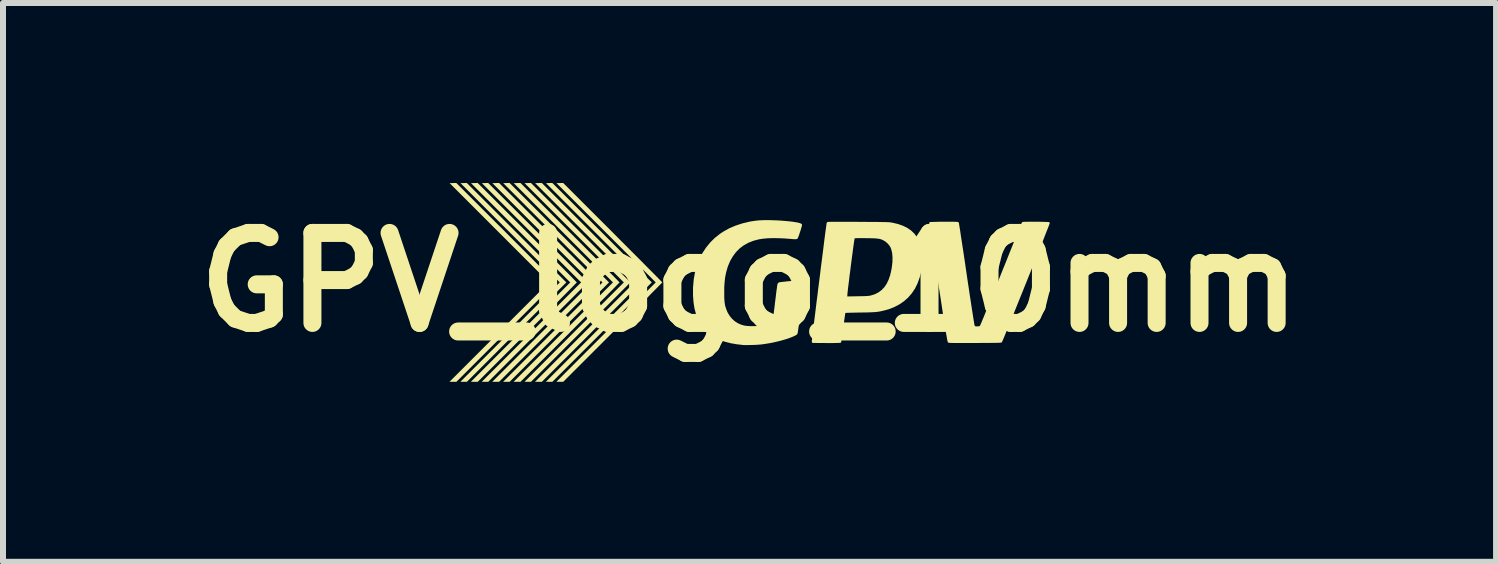
<source format=kicad_pcb>
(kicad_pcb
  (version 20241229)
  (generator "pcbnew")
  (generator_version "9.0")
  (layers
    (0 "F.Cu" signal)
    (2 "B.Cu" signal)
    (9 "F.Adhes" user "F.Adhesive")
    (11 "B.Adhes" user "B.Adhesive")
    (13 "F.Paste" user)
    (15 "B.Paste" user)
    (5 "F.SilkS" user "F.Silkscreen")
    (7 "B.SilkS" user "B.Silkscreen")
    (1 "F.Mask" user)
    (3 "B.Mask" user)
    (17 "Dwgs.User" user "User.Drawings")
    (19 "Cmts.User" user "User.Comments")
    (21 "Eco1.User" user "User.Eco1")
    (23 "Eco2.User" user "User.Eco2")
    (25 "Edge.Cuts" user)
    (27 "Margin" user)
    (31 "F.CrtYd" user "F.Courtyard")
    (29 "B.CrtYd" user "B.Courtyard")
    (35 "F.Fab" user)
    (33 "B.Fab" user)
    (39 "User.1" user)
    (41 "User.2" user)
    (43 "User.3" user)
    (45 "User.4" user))
  (footprint "GPV_logo_10mm"
    (layer "F.Cu")
    (at 9.443 1.654)
    (property "Reference" "GPV_logo_10mm" (at 0 0 0) (layer "F.SilkS") (effects (font (size 1.5 1.5) (thickness 0.3))))
    (attr board_only exclude_from_pos_files exclude_from_bom)
    (fp_poly (pts (xy -3.883 -0.826) (xy -3.054 0.003) (xy -3.883 0.831) (xy -4.711 1.66) (xy -4.766 1.66) (xy -4.82 1.66) (xy -3.991 0.831) (xy -3.163 0.003) (xy -3.99 -0.824) (xy -4.817 -1.651) (xy -4.764 -1.653) (xy -4.712 -1.654)) (stroke (width 0) (type solid)) (fill yes) (layer "F.SilkS"))
    (fp_poly (pts (xy -3.527 -0.826) (xy -2.698 0.003) (xy -3.527 0.831) (xy -4.355 1.66) (xy -4.409 1.66) (xy -4.464 1.66) (xy -3.635 0.831) (xy -2.807 0.003) (xy -3.634 -0.824) (xy -4.461 -1.651) (xy -4.408 -1.653) (xy -4.356 -1.654)) (stroke (width 0) (type solid)) (fill yes) (layer "F.SilkS"))
    (fp_poly (pts (xy -3.171 -0.826) (xy -2.342 0.003) (xy -3.17 0.831) (xy -3.999 1.66) (xy -4.053 1.66) (xy -4.108 1.66) (xy -3.279 0.831) (xy -2.451 0.003) (xy -3.278 -0.824) (xy -4.105 -1.651) (xy -4.052 -1.653) (xy -3.999 -1.654)) (stroke (width 0) (type solid)) (fill yes) (layer "F.SilkS"))
    (fp_poly (pts (xy -2.815 -0.826) (xy -1.986 0.003) (xy -2.814 0.831) (xy -3.643 1.66) (xy -3.697 1.66) (xy -3.751 1.66) (xy -2.923 0.831) (xy -2.095 0.003) (xy -2.922 -0.824) (xy -3.749 -1.651) (xy -3.696 -1.653) (xy -3.643 -1.654)) (stroke (width 0) (type solid)) (fill yes) (layer "F.SilkS"))
    (fp_poly (pts (xy -2.458 -0.826) (xy -1.63 0.003) (xy -2.458 0.831) (xy -3.287 1.66) (xy -3.341 1.66) (xy -3.395 1.66) (xy -2.567 0.831) (xy -1.738 0.003) (xy -2.565 -0.824) (xy -3.392 -1.651) (xy -3.34 -1.653) (xy -3.287 -1.654)) (stroke (width 0) (type solid)) (fill yes) (layer "F.SilkS"))
    (fp_poly (pts (xy -4.061 -0.829) (xy -3.978 -0.745) (xy -3.897 -0.664) (xy -3.818 -0.586) (xy -3.743 -0.51) (xy -3.672 -0.439) (xy -3.604 -0.371) (xy -3.541 -0.307) (xy -3.482 -0.248) (xy -3.429 -0.194) (xy -3.381 -0.146) (xy -3.339 -0.104) (xy -3.304 -0.068) (xy -3.276 -0.039) (xy -3.254 -0.017) (xy -3.241 -0.003) (xy -3.235 0.003) (xy -3.235 0.003) (xy -3.24 0.008) (xy -3.252 0.021) (xy -3.272 0.041) (xy -3.299 0.069) (xy -3.334 0.104) (xy -3.374 0.145) (xy -3.421 0.193) (xy -3.474 0.246) (xy -3.531 0.304) (xy -3.594 0.367) (xy -3.661 0.434) (xy -3.732 0.505) (xy -3.807 0.58) (xy -3.884 0.658) (xy -3.965 0.739) (xy -4.048 0.822) (xy -4.061 0.835) (xy -4.886 1.66) (xy -4.944 1.66) (xy -5.001 1.66) (xy -4.172 0.831) (xy -3.344 0.003) (xy -4.171 -0.824) (xy -4.998 -1.651) (xy -4.942 -1.653) (xy -4.887 -1.654)) (stroke (width 0) (type solid)) (fill yes) (layer "F.SilkS"))
    (fp_poly (pts (xy -3.705 -0.829) (xy -3.622 -0.745) (xy -3.541 -0.664) (xy -3.462 -0.586) (xy -3.387 -0.51) (xy -3.316 -0.439) (xy -3.248 -0.371) (xy -3.185 -0.307) (xy -3.126 -0.248) (xy -3.073 -0.194) (xy -3.025 -0.146) (xy -2.983 -0.104) (xy -2.948 -0.068) (xy -2.92 -0.039) (xy -2.898 -0.017) (xy -2.885 -0.003) (xy -2.879 0.003) (xy -2.879 0.003) (xy -2.883 0.008) (xy -2.896 0.021) (xy -2.916 0.041) (xy -2.943 0.069) (xy -2.977 0.104) (xy -3.018 0.145) (xy -3.065 0.193) (xy -3.118 0.246) (xy -3.175 0.304) (xy -3.238 0.367) (xy -3.305 0.434) (xy -3.376 0.505) (xy -3.451 0.58) (xy -3.528 0.658) (xy -3.609 0.739) (xy -3.692 0.822) (xy -3.705 0.835) (xy -4.53 1.66) (xy -4.587 1.66) (xy -4.645 1.66) (xy -3.816 0.831) (xy -2.988 0.003) (xy -3.815 -0.824) (xy -4.642 -1.651) (xy -4.586 -1.653) (xy -4.531 -1.654)) (stroke (width 0) (type solid)) (fill yes) (layer "F.SilkS"))
    (fp_poly (pts (xy -3.349 -0.829) (xy -3.265 -0.745) (xy -3.184 -0.664) (xy -3.106 -0.586) (xy -3.031 -0.51) (xy -2.959 -0.439) (xy -2.892 -0.371) (xy -2.828 -0.307) (xy -2.77 -0.248) (xy -2.717 -0.194) (xy -2.669 -0.146) (xy -2.627 -0.104) (xy -2.592 -0.068) (xy -2.563 -0.039) (xy -2.542 -0.017) (xy -2.529 -0.003) (xy -2.523 0.003) (xy -2.523 0.003) (xy -2.527 0.008) (xy -2.54 0.021) (xy -2.56 0.041) (xy -2.587 0.069) (xy -2.621 0.104) (xy -2.662 0.145) (xy -2.709 0.193) (xy -2.761 0.246) (xy -2.819 0.304) (xy -2.882 0.367) (xy -2.949 0.434) (xy -3.02 0.505) (xy -3.094 0.58) (xy -3.172 0.658) (xy -3.253 0.739) (xy -3.336 0.822) (xy -3.349 0.835) (xy -4.174 1.66) (xy -4.231 1.66) (xy -4.289 1.66) (xy -3.46 0.831) (xy -2.632 0.003) (xy -3.459 -0.824) (xy -4.286 -1.651) (xy -4.23 -1.653) (xy -4.174 -1.654)) (stroke (width 0) (type solid)) (fill yes) (layer "F.SilkS"))
    (fp_poly (pts (xy -2.993 -0.829) (xy -2.909 -0.745) (xy -2.828 -0.664) (xy -2.75 -0.586) (xy -2.675 -0.51) (xy -2.603 -0.439) (xy -2.536 -0.371) (xy -2.472 -0.307) (xy -2.414 -0.248) (xy -2.36 -0.194) (xy -2.313 -0.146) (xy -2.271 -0.104) (xy -2.236 -0.068) (xy -2.207 -0.039) (xy -2.186 -0.017) (xy -2.173 -0.003) (xy -2.167 0.003) (xy -2.167 0.003) (xy -2.171 0.008) (xy -2.184 0.021) (xy -2.204 0.041) (xy -2.231 0.069) (xy -2.265 0.104) (xy -2.306 0.145) (xy -2.353 0.193) (xy -2.405 0.246) (xy -2.463 0.304) (xy -2.526 0.367) (xy -2.593 0.434) (xy -2.664 0.505) (xy -2.738 0.58) (xy -2.816 0.658) (xy -2.897 0.739) (xy -2.98 0.822) (xy -2.992 0.835) (xy -3.818 1.66) (xy -3.875 1.66) (xy -3.933 1.66) (xy -3.104 0.831) (xy -2.276 0.003) (xy -3.103 -0.824) (xy -3.93 -1.651) (xy -3.874 -1.653) (xy -3.818 -1.654)) (stroke (width 0) (type solid)) (fill yes) (layer "F.SilkS"))
    (fp_poly (pts (xy -2.637 -0.829) (xy -2.553 -0.745) (xy -2.472 -0.664) (xy -2.394 -0.586) (xy -2.319 -0.51) (xy -2.247 -0.439) (xy -2.179 -0.371) (xy -2.116 -0.307) (xy -2.058 -0.248) (xy -2.004 -0.194) (xy -1.957 -0.146) (xy -1.915 -0.104) (xy -1.88 -0.068) (xy -1.851 -0.039) (xy -1.83 -0.017) (xy -1.816 -0.003) (xy -1.811 0.003) (xy -1.811 0.003) (xy -1.815 0.008) (xy -1.827 0.021) (xy -1.847 0.041) (xy -1.875 0.069) (xy -1.909 0.104) (xy -1.95 0.145) (xy -1.997 0.193) (xy -2.049 0.246) (xy -2.107 0.304) (xy -2.169 0.367) (xy -2.236 0.434) (xy -2.307 0.505) (xy -2.382 0.58) (xy -2.46 0.658) (xy -2.541 0.739) (xy -2.624 0.822) (xy -2.636 0.835) (xy -3.462 1.66) (xy -3.519 1.66) (xy -3.576 1.66) (xy -2.748 0.831) (xy -1.919 0.003) (xy -2.746 -0.824) (xy -3.573 -1.651) (xy -3.518 -1.653) (xy -3.462 -1.654)) (stroke (width 0) (type solid)) (fill yes) (layer "F.SilkS"))
    (fp_poly (pts (xy -2.28 -0.829) (xy -2.197 -0.745) (xy -2.116 -0.664) (xy -2.038 -0.586) (xy -1.963 -0.51) (xy -1.891 -0.439) (xy -1.823 -0.371) (xy -1.76 -0.307) (xy -1.702 -0.248) (xy -1.648 -0.194) (xy -1.6 -0.146) (xy -1.559 -0.104) (xy -1.523 -0.068) (xy -1.495 -0.039) (xy -1.474 -0.017) (xy -1.46 -0.003) (xy -1.455 0.003) (xy -1.455 0.003) (xy -1.459 0.008) (xy -1.471 0.021) (xy -1.491 0.041) (xy -1.519 0.069) (xy -1.553 0.104) (xy -1.594 0.145) (xy -1.641 0.193) (xy -1.693 0.246) (xy -1.751 0.304) (xy -1.813 0.367) (xy -1.88 0.434) (xy -1.951 0.505) (xy -2.026 0.58) (xy -2.104 0.658) (xy -2.184 0.739) (xy -2.267 0.822) (xy -2.28 0.835) (xy -3.106 1.66) (xy -3.163 1.66) (xy -3.22 1.66) (xy -2.392 0.831) (xy -1.563 0.003) (xy -2.39 -0.824) (xy -3.217 -1.651) (xy -3.162 -1.653) (xy -3.106 -1.654)) (stroke (width 0) (type solid)) (fill yes) (layer "F.SilkS"))
    (fp_poly (pts (xy 0.368 -1.034) (xy 0.451 -1.031) (xy 0.535 -1.026) (xy 0.618 -1.019) (xy 0.698 -1.011) (xy 0.765 -1.001) (xy 0.806 -0.994) (xy 0.836 -0.986) (xy 0.857 -0.978) (xy 0.869 -0.969) (xy 0.875 -0.958) (xy 0.875 -0.952) (xy 0.873 -0.942) (xy 0.868 -0.923) (xy 0.86 -0.896) (xy 0.851 -0.865) (xy 0.84 -0.833) (xy 0.828 -0.795) (xy 0.818 -0.767) (xy 0.81 -0.747) (xy 0.803 -0.733) (xy 0.798 -0.725) (xy 0.792 -0.721) (xy 0.791 -0.721) (xy 0.781 -0.718) (xy 0.766 -0.717) (xy 0.744 -0.717) (xy 0.712 -0.719) (xy 0.685 -0.722) (xy 0.578 -0.73) (xy 0.476 -0.734) (xy 0.382 -0.735) (xy 0.297 -0.732) (xy 0.221 -0.725) (xy 0.157 -0.715) (xy 0.065 -0.691) (xy -0.019 -0.658) (xy -0.095 -0.616) (xy -0.164 -0.564) (xy -0.225 -0.503) (xy -0.277 -0.433) (xy -0.323 -0.354) (xy -0.36 -0.266) (xy -0.368 -0.241) (xy -0.39 -0.164) (xy -0.407 -0.08) (xy -0.419 0.01) (xy -0.427 0.1) (xy -0.429 0.17) (xy -0.426 0.249) (xy -0.42 0.319) (xy -0.409 0.381) (xy -0.392 0.439) (xy -0.37 0.494) (xy -0.364 0.507) (xy -0.332 0.56) (xy -0.292 0.609) (xy -0.247 0.65) (xy -0.198 0.681) (xy -0.193 0.684) (xy -0.153 0.702) (xy -0.116 0.715) (xy -0.078 0.724) (xy -0.036 0.729) (xy 0.012 0.732) (xy 0.045 0.732) (xy 0.109 0.731) (xy 0.164 0.727) (xy 0.217 0.718) (xy 0.27 0.706) (xy 0.284 0.702) (xy 0.302 0.696) (xy 0.324 0.688) (xy 0.346 0.679) (xy 0.366 0.671) (xy 0.38 0.665) (xy 0.384 0.662) (xy 0.386 0.656) (xy 0.388 0.639) (xy 0.391 0.612) (xy 0.396 0.577) (xy 0.401 0.534) (xy 0.407 0.485) (xy 0.414 0.431) (xy 0.421 0.373) (xy 0.422 0.359) (xy 0.43 0.299) (xy 0.437 0.242) (xy 0.443 0.19) (xy 0.449 0.143) (xy 0.455 0.103) (xy 0.459 0.07) (xy 0.463 0.048) (xy 0.465 0.035) (xy 0.465 0.034) (xy 0.473 0.016) (xy 0.487 0.005) (xy 0.491 0.003) (xy 0.502 0.001) (xy 0.523 -0.003) (xy 0.553 -0.006) (xy 0.59 -0.01) (xy 0.632 -0.015) (xy 0.679 -0.019) (xy 0.697 -0.02) (xy 0.75 -0.025) (xy 0.792 -0.028) (xy 0.825 -0.03) (xy 0.849 -0.032) (xy 0.868 -0.032) (xy 0.88 -0.032) (xy 0.889 -0.031) (xy 0.895 -0.029) (xy 0.897 -0.027) (xy 0.909 -0.013) (xy 0.911 0.001) (xy 0.911 0.013) (xy 0.908 0.036) (xy 0.905 0.068) (xy 0.9 0.108) (xy 0.895 0.155) (xy 0.888 0.207) (xy 0.881 0.264) (xy 0.874 0.324) (xy 0.866 0.386) (xy 0.857 0.449) (xy 0.849 0.511) (xy 0.841 0.572) (xy 0.833 0.63) (xy 0.826 0.684) (xy 0.819 0.732) (xy 0.813 0.775) (xy 0.808 0.81) (xy 0.804 0.836) (xy 0.801 0.852) (xy 0.8 0.856) (xy 0.792 0.868) (xy 0.78 0.879) (xy 0.76 0.89) (xy 0.747 0.896) (xy 0.681 0.924) (xy 0.606 0.95) (xy 0.523 0.974) (xy 0.436 0.995) (xy 0.346 1.014) (xy 0.256 1.029) (xy 0.187 1.038) (xy 0.158 1.04) (xy 0.122 1.043) (xy 0.081 1.045) (xy 0.038 1.046) (xy -0.004 1.047) (xy -0.043 1.048) (xy -0.075 1.048) (xy -0.099 1.047) (xy -0.1 1.047) (xy -0.214 1.034) (xy -0.318 1.016) (xy -0.413 0.991) (xy -0.499 0.96) (xy -0.576 0.921) (xy -0.646 0.876) (xy -0.708 0.824) (xy -0.715 0.817) (xy -0.773 0.753) (xy -0.822 0.683) (xy -0.863 0.606) (xy -0.895 0.522) (xy -0.919 0.431) (xy -0.934 0.331) (xy -0.942 0.223) (xy -0.942 0.107) (xy -0.941 0.078) (xy -0.93 -0.047) (xy -0.909 -0.166) (xy -0.878 -0.279) (xy -0.837 -0.385) (xy -0.786 -0.484) (xy -0.726 -0.576) (xy -0.657 -0.661) (xy -0.579 -0.738) (xy -0.491 -0.808) (xy -0.433 -0.846) (xy -0.336 -0.9) (xy -0.229 -0.945) (xy -0.115 -0.982) (xy 0.008 -1.011) (xy 0.091 -1.024) (xy 0.148 -1.03) (xy 0.214 -1.034) (xy 0.289 -1.035)) (stroke (width 0) (type solid)) (fill yes) (layer "F.SilkS"))
    (fp_poly (pts (xy 3.36 -1.008) (xy 3.398 -1.008) (xy 3.43 -1.007) (xy 3.455 -1.006) (xy 3.47 -1.005) (xy 3.473 -1.004) (xy 3.485 -0.996) (xy 3.489 -0.99) (xy 3.49 -0.983) (xy 3.493 -0.965) (xy 3.498 -0.936) (xy 3.504 -0.897) (xy 3.512 -0.849) (xy 3.52 -0.792) (xy 3.53 -0.728) (xy 3.541 -0.656) (xy 3.553 -0.578) (xy 3.566 -0.494) (xy 3.579 -0.405) (xy 3.593 -0.312) (xy 3.607 -0.215) (xy 3.619 -0.135) (xy 3.636 -0.017) (xy 3.653 0.093) (xy 3.668 0.196) (xy 3.683 0.291) (xy 3.696 0.378) (xy 3.708 0.456) (xy 3.719 0.525) (xy 3.728 0.585) (xy 3.736 0.634) (xy 3.742 0.673) (xy 3.747 0.701) (xy 3.751 0.718) (xy 3.752 0.723) (xy 3.759 0.731) (xy 3.769 0.735) (xy 3.786 0.736) (xy 3.796 0.736) (xy 3.819 0.735) (xy 3.834 0.731) (xy 3.841 0.725) (xy 3.844 0.719) (xy 3.852 0.701) (xy 3.864 0.674) (xy 3.879 0.637) (xy 3.898 0.592) (xy 3.92 0.538) (xy 3.944 0.477) (xy 3.972 0.409) (xy 4.002 0.335) (xy 4.034 0.256) (xy 4.068 0.171) (xy 4.104 0.082) (xy 4.142 -0.011) (xy 4.18 -0.106) (xy 4.188 -0.127) (xy 4.227 -0.224) (xy 4.265 -0.317) (xy 4.301 -0.407) (xy 4.335 -0.493) (xy 4.368 -0.574) (xy 4.398 -0.65) (xy 4.426 -0.719) (xy 4.451 -0.782) (xy 4.474 -0.838) (xy 4.493 -0.886) (xy 4.509 -0.925) (xy 4.521 -0.955) (xy 4.529 -0.975) (xy 4.533 -0.984) (xy 4.533 -0.985) (xy 4.543 -0.998) (xy 4.553 -1.004) (xy 4.564 -1.006) (xy 4.585 -1.007) (xy 4.614 -1.007) (xy 4.649 -1.008) (xy 4.69 -1.008) (xy 4.734 -1.008) (xy 4.779 -1.008) (xy 4.824 -1.008) (xy 4.867 -1.007) (xy 4.906 -1.006) (xy 4.94 -1.005) (xy 4.967 -1.004) (xy 4.985 -1.003) (xy 4.992 -1.002) (xy 5.002 -0.992) (xy 5.004 -0.985) (xy 5.002 -0.977) (xy 4.995 -0.96) (xy 4.985 -0.932) (xy 4.971 -0.896) (xy 4.953 -0.851) (xy 4.932 -0.798) (xy 4.909 -0.738) (xy 4.883 -0.672) (xy 4.854 -0.601) (xy 4.824 -0.524) (xy 4.791 -0.443) (xy 4.758 -0.359) (xy 4.723 -0.272) (xy 4.687 -0.182) (xy 4.651 -0.092) (xy 4.614 -0.000171) (xy 4.577 0.091) (xy 4.541 0.182) (xy 4.504 0.272) (xy 4.469 0.359) (xy 4.435 0.444) (xy 4.402 0.526) (xy 4.371 0.603) (xy 4.341 0.675) (xy 4.314 0.742) (xy 4.289 0.803) (xy 4.267 0.857) (xy 4.248 0.903) (xy 4.232 0.941) (xy 4.22 0.97) (xy 4.211 0.99) (xy 4.207 0.998) (xy 4.207 0.999) (xy 4.204 1.001) (xy 4.201 1.003) (xy 4.196 1.005) (xy 4.189 1.006) (xy 4.178 1.008) (xy 4.163 1.009) (xy 4.143 1.01) (xy 4.118 1.01) (xy 4.085 1.011) (xy 4.045 1.011) (xy 3.997 1.012) (xy 3.94 1.012) (xy 3.872 1.012) (xy 3.794 1.013) (xy 3.758 1.013) (xy 3.675 1.013) (xy 3.603 1.013) (xy 3.541 1.013) (xy 3.489 1.013) (xy 3.446 1.013) (xy 3.41 1.013) (xy 3.381 1.012) (xy 3.359 1.012) (xy 3.342 1.011) (xy 3.33 1.01) (xy 3.321 1.009) (xy 3.315 1.007) (xy 3.311 1.005) (xy 3.309 1.004) (xy 3.307 1.001) (xy 3.305 0.998) (xy 3.303 0.992) (xy 3.3 0.983) (xy 3.297 0.97) (xy 3.294 0.954) (xy 3.29 0.934) (xy 3.286 0.908) (xy 3.28 0.877) (xy 3.274 0.84) (xy 3.267 0.797) (xy 3.259 0.746) (xy 3.25 0.688) (xy 3.239 0.622) (xy 3.227 0.547) (xy 3.214 0.463) (xy 3.2 0.369) (xy 3.184 0.264) (xy 3.166 0.149) (xy 3.146 0.023) (xy 3.145 0.014) (xy 3.128 -0.093) (xy 3.112 -0.198) (xy 3.097 -0.298) (xy 3.082 -0.394) (xy 3.068 -0.485) (xy 3.055 -0.571) (xy 3.043 -0.65) (xy 3.032 -0.722) (xy 3.022 -0.787) (xy 3.014 -0.843) (xy 3.007 -0.891) (xy 3.001 -0.929) (xy 2.997 -0.957) (xy 2.995 -0.975) (xy 2.994 -0.98) (xy 2.998 -0.995) (xy 3.006 -1.002) (xy 3.014 -1.003) (xy 3.033 -1.004) (xy 3.06 -1.005) (xy 3.095 -1.006) (xy 3.135 -1.007) (xy 3.179 -1.008) (xy 3.225 -1.008) (xy 3.272 -1.008) (xy 3.317 -1.008)) (stroke (width 0) (type solid)) (fill yes) (layer "F.SilkS"))
    (fp_poly (pts (xy 1.631 -1.007) (xy 1.702 -1.007) (xy 1.778 -1.007) (xy 1.82 -1.006) (xy 1.91 -1.006) (xy 1.989 -1.005) (xy 2.057 -1.005) (xy 2.116 -1.005) (xy 2.166 -1.004) (xy 2.208 -1.003) (xy 2.244 -1.003) (xy 2.273 -1.002) (xy 2.298 -1.001) (xy 2.318 -1) (xy 2.335 -0.999) (xy 2.35 -0.997) (xy 2.363 -0.995) (xy 2.375 -0.993) (xy 2.387 -0.991) (xy 2.387 -0.991) (xy 2.479 -0.969) (xy 2.56 -0.94) (xy 2.632 -0.904) (xy 2.695 -0.86) (xy 2.749 -0.808) (xy 2.793 -0.749) (xy 2.828 -0.682) (xy 2.855 -0.607) (xy 2.871 -0.537) (xy 2.875 -0.498) (xy 2.878 -0.45) (xy 2.879 -0.396) (xy 2.878 -0.34) (xy 2.875 -0.285) (xy 2.87 -0.233) (xy 2.863 -0.189) (xy 2.862 -0.179) (xy 2.835 -0.076) (xy 2.8 0.02) (xy 2.757 0.107) (xy 2.704 0.186) (xy 2.643 0.256) (xy 2.573 0.318) (xy 2.495 0.371) (xy 2.409 0.416) (xy 2.314 0.452) (xy 2.256 0.468) (xy 2.223 0.476) (xy 2.192 0.483) (xy 2.163 0.489) (xy 2.134 0.493) (xy 2.103 0.497) (xy 2.068 0.499) (xy 2.028 0.501) (xy 1.981 0.503) (xy 1.926 0.504) (xy 1.861 0.505) (xy 1.841 0.505) (xy 1.788 0.506) (xy 1.74 0.507) (xy 1.696 0.508) (xy 1.659 0.509) (xy 1.629 0.51) (xy 1.609 0.511) (xy 1.599 0.512) (xy 1.598 0.512) (xy 1.596 0.519) (xy 1.593 0.536) (xy 1.589 0.563) (xy 1.584 0.598) (xy 1.578 0.64) (xy 1.572 0.687) (xy 1.565 0.738) (xy 1.563 0.758) (xy 1.554 0.822) (xy 1.547 0.875) (xy 1.541 0.917) (xy 1.536 0.951) (xy 1.532 0.975) (xy 1.528 0.992) (xy 1.525 1.003) (xy 1.522 1.007) (xy 1.517 1.009) (xy 1.505 1.01) (xy 1.487 1.012) (xy 1.461 1.012) (xy 1.426 1.013) (xy 1.382 1.014) (xy 1.327 1.014) (xy 1.283 1.014) (xy 1.231 1.013) (xy 1.183 1.013) (xy 1.14 1.013) (xy 1.104 1.012) (xy 1.075 1.012) (xy 1.055 1.011) (xy 1.046 1.01) (xy 1.046 1.01) (xy 1.041 1.003) (xy 1.038 0.988) (xy 1.038 0.987) (xy 1.039 0.978) (xy 1.041 0.958) (xy 1.045 0.927) (xy 1.049 0.887) (xy 1.055 0.838) (xy 1.062 0.781) (xy 1.07 0.717) (xy 1.078 0.647) (xy 1.088 0.57) (xy 1.098 0.489) (xy 1.108 0.404) (xy 1.119 0.315) (xy 1.129 0.237) (xy 1.63 0.237) (xy 1.803 0.234) (xy 1.858 0.233) (xy 1.902 0.232) (xy 1.938 0.231) (xy 1.966 0.229) (xy 1.989 0.227) (xy 2.008 0.224) (xy 2.022 0.221) (xy 2.089 0.2) (xy 2.148 0.17) (xy 2.2 0.132) (xy 2.246 0.084) (xy 2.285 0.027) (xy 2.317 -0.04) (xy 2.344 -0.117) (xy 2.364 -0.204) (xy 2.372 -0.252) (xy 2.382 -0.339) (xy 2.383 -0.417) (xy 2.377 -0.487) (xy 2.363 -0.546) (xy 2.351 -0.578) (xy 2.331 -0.611) (xy 2.303 -0.644) (xy 2.271 -0.673) (xy 2.24 -0.693) (xy 2.22 -0.703) (xy 2.201 -0.712) (xy 2.182 -0.718) (xy 2.16 -0.723) (xy 2.134 -0.727) (xy 2.103 -0.73) (xy 2.065 -0.732) (xy 2.019 -0.733) (xy 1.963 -0.734) (xy 1.944 -0.734) (xy 1.897 -0.735) (xy 1.855 -0.735) (xy 1.818 -0.735) (xy 1.788 -0.734) (xy 1.766 -0.733) (xy 1.754 -0.732) (xy 1.752 -0.732) (xy 1.75 -0.725) (xy 1.748 -0.708) (xy 1.743 -0.681) (xy 1.738 -0.645) (xy 1.732 -0.602) (xy 1.725 -0.552) (xy 1.718 -0.497) (xy 1.71 -0.438) (xy 1.702 -0.375) (xy 1.693 -0.31) (xy 1.685 -0.245) (xy 1.677 -0.18) (xy 1.668 -0.116) (xy 1.661 -0.054) (xy 1.654 0.004) (xy 1.647 0.058) (xy 1.641 0.105) (xy 1.637 0.146) (xy 1.633 0.179) (xy 1.631 0.204) (xy 1.63 0.217) (xy 1.63 0.219) (xy 1.63 0.237) (xy 1.129 0.237) (xy 1.131 0.224) (xy 1.142 0.131) (xy 1.154 0.037) (xy 1.166 -0.058) (xy 1.178 -0.152) (xy 1.189 -0.245) (xy 1.201 -0.336) (xy 1.212 -0.424) (xy 1.223 -0.508) (xy 1.233 -0.588) (xy 1.242 -0.663) (xy 1.251 -0.733) (xy 1.259 -0.795) (xy 1.266 -0.85) (xy 1.273 -0.897) (xy 1.278 -0.935) (xy 1.282 -0.964) (xy 1.284 -0.982) (xy 1.285 -0.988) (xy 1.296 -1) (xy 1.306 -1.005) (xy 1.314 -1.006) (xy 1.333 -1.006) (xy 1.362 -1.007) (xy 1.401 -1.007) (xy 1.448 -1.007) (xy 1.503 -1.007) (xy 1.564 -1.007)) (stroke (width 0) (type solid)) (fill yes) (layer "F.SilkS")))
  (gr_rect
    (start -3 -3)
    (end 21.886 6.314)
    (stroke (width 0.1) (type default))
    (fill no)
    (layer "Edge.Cuts")))
</source>
